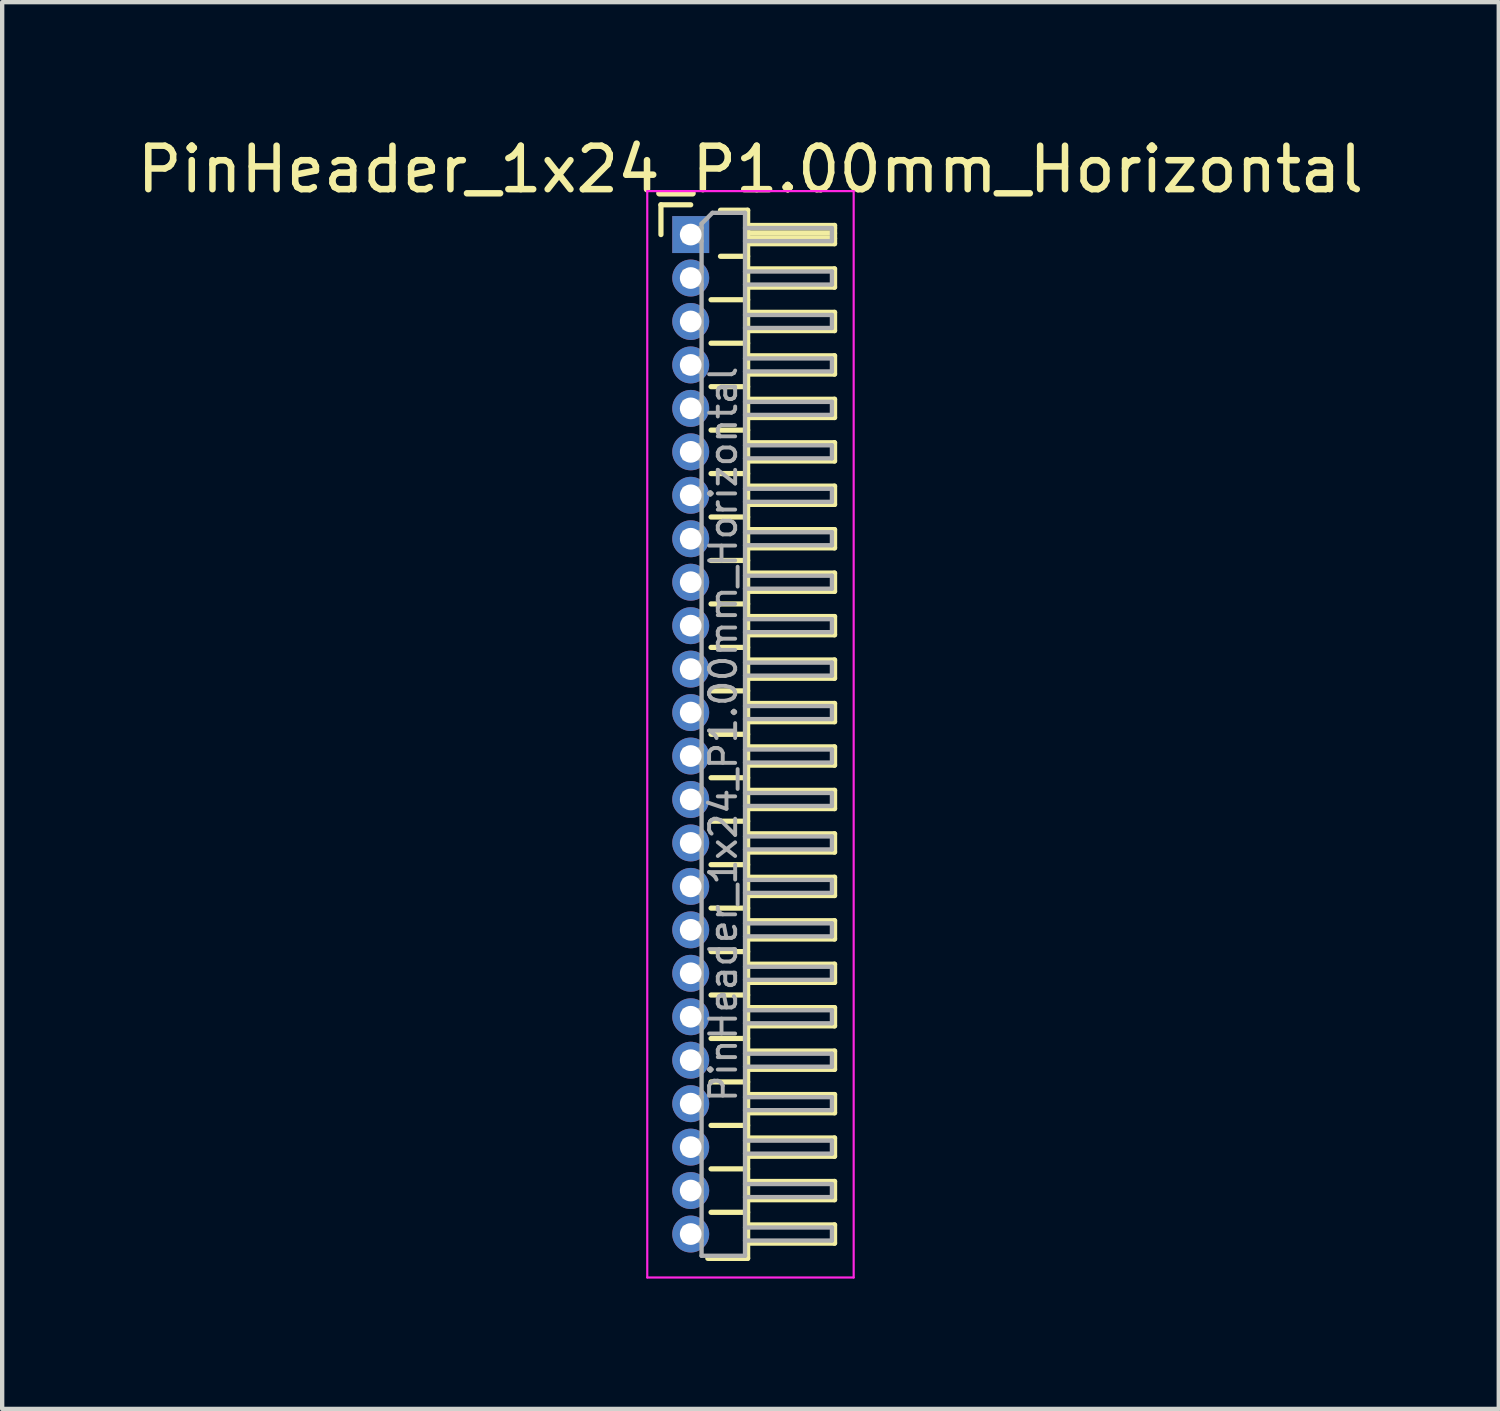
<source format=kicad_pcb>
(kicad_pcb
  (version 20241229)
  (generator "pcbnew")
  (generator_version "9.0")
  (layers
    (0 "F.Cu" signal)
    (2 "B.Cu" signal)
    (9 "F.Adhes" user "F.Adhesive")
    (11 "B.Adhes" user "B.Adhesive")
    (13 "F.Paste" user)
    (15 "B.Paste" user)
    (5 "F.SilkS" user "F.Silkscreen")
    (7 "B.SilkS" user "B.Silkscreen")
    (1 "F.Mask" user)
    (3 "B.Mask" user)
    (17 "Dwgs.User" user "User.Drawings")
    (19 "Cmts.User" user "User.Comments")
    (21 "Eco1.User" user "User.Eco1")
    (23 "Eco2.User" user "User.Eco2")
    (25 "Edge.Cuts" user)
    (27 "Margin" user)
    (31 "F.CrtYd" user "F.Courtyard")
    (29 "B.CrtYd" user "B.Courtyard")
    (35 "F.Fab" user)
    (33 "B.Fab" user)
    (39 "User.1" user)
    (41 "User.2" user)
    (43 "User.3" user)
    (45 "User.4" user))
  (footprint "PinHeader_1x24_P1.00mm_Horizontal"
    (layer "F.Cu")
    (at 12.845 2.348)
    (property "Reference" "PinHeader_1x24_P1.00mm_Horizontal" (at 1.375 -1.5 0) (layer "F.SilkS") (effects (font (size 1 1) (thickness 0.15))))
    (attr through_hole)
    (fp_line (start -0.685 -0.685) (end 0 -0.685) (stroke (width 0.12) (type solid)) (layer "F.SilkS"))
    (fp_line (start -0.685 0) (end -0.685 -0.685) (stroke (width 0.12) (type solid)) (layer "F.SilkS"))
    (fp_line (start 0.468 1.5) (end 1.31 1.5) (stroke (width 0.12) (type solid)) (layer "F.SilkS"))
    (fp_line (start 0.468 2.5) (end 1.31 2.5) (stroke (width 0.12) (type solid)) (layer "F.SilkS"))
    (fp_line (start 0.468 3.5) (end 1.31 3.5) (stroke (width 0.12) (type solid)) (layer "F.SilkS"))
    (fp_line (start 0.468 4.5) (end 1.31 4.5) (stroke (width 0.12) (type solid)) (layer "F.SilkS"))
    (fp_line (start 0.468 5.5) (end 1.31 5.5) (stroke (width 0.12) (type solid)) (layer "F.SilkS"))
    (fp_line (start 0.468 6.5) (end 1.31 6.5) (stroke (width 0.12) (type solid)) (layer "F.SilkS"))
    (fp_line (start 0.468 7.5) (end 1.31 7.5) (stroke (width 0.12) (type solid)) (layer "F.SilkS"))
    (fp_line (start 0.468 8.5) (end 1.31 8.5) (stroke (width 0.12) (type solid)) (layer "F.SilkS"))
    (fp_line (start 0.468 9.5) (end 1.31 9.5) (stroke (width 0.12) (type solid)) (layer "F.SilkS"))
    (fp_line (start 0.468 10.5) (end 1.31 10.5) (stroke (width 0.12) (type solid)) (layer "F.SilkS"))
    (fp_line (start 0.468 11.5) (end 1.31 11.5) (stroke (width 0.12) (type solid)) (layer "F.SilkS"))
    (fp_line (start 0.468 12.5) (end 1.31 12.5) (stroke (width 0.12) (type solid)) (layer "F.SilkS"))
    (fp_line (start 0.468 13.5) (end 1.31 13.5) (stroke (width 0.12) (type solid)) (layer "F.SilkS"))
    (fp_line (start 0.468 14.5) (end 1.31 14.5) (stroke (width 0.12) (type solid)) (layer "F.SilkS"))
    (fp_line (start 0.468 15.5) (end 1.31 15.5) (stroke (width 0.12) (type solid)) (layer "F.SilkS"))
    (fp_line (start 0.468 16.5) (end 1.31 16.5) (stroke (width 0.12) (type solid)) (layer "F.SilkS"))
    (fp_line (start 0.468 17.5) (end 1.31 17.5) (stroke (width 0.12) (type solid)) (layer "F.SilkS"))
    (fp_line (start 0.468 18.5) (end 1.31 18.5) (stroke (width 0.12) (type solid)) (layer "F.SilkS"))
    (fp_line (start 0.468 19.5) (end 1.31 19.5) (stroke (width 0.12) (type solid)) (layer "F.SilkS"))
    (fp_line (start 0.468 20.5) (end 1.31 20.5) (stroke (width 0.12) (type solid)) (layer "F.SilkS"))
    (fp_line (start 0.468 21.5) (end 1.31 21.5) (stroke (width 0.12) (type solid)) (layer "F.SilkS"))
    (fp_line (start 0.468 22.5) (end 1.31 22.5) (stroke (width 0.12) (type solid)) (layer "F.SilkS"))
    (fp_line (start 0.685 -0.56) (end 1.31 -0.56) (stroke (width 0.12) (type solid)) (layer "F.SilkS"))
    (fp_line (start 0.685 0.5) (end 1.31 0.5) (stroke (width 0.12) (type solid)) (layer "F.SilkS"))
    (fp_line (start 1.31 -0.56) (end 1.31 23.56) (stroke (width 0.12) (type solid)) (layer "F.SilkS"))
    (fp_line (start 1.31 -0.21) (end 3.31 -0.21) (stroke (width 0.12) (type solid)) (layer "F.SilkS"))
    (fp_line (start 1.31 -0.15) (end 3.31 -0.15) (stroke (width 0.12) (type solid)) (layer "F.SilkS"))
    (fp_line (start 1.31 -0.03) (end 3.31 -0.03) (stroke (width 0.12) (type solid)) (layer "F.SilkS"))
    (fp_line (start 1.31 0.09) (end 3.31 0.09) (stroke (width 0.12) (type solid)) (layer "F.SilkS"))
    (fp_line (start 1.31 0.79) (end 3.31 0.79) (stroke (width 0.12) (type solid)) (layer "F.SilkS"))
    (fp_line (start 1.31 1.79) (end 3.31 1.79) (stroke (width 0.12) (type solid)) (layer "F.SilkS"))
    (fp_line (start 1.31 2.79) (end 3.31 2.79) (stroke (width 0.12) (type solid)) (layer "F.SilkS"))
    (fp_line (start 1.31 3.79) (end 3.31 3.79) (stroke (width 0.12) (type solid)) (layer "F.SilkS"))
    (fp_line (start 1.31 4.79) (end 3.31 4.79) (stroke (width 0.12) (type solid)) (layer "F.SilkS"))
    (fp_line (start 1.31 5.79) (end 3.31 5.79) (stroke (width 0.12) (type solid)) (layer "F.SilkS"))
    (fp_line (start 1.31 6.79) (end 3.31 6.79) (stroke (width 0.12) (type solid)) (layer "F.SilkS"))
    (fp_line (start 1.31 7.79) (end 3.31 7.79) (stroke (width 0.12) (type solid)) (layer "F.SilkS"))
    (fp_line (start 1.31 8.79) (end 3.31 8.79) (stroke (width 0.12) (type solid)) (layer "F.SilkS"))
    (fp_line (start 1.31 9.79) (end 3.31 9.79) (stroke (width 0.12) (type solid)) (layer "F.SilkS"))
    (fp_line (start 1.31 10.79) (end 3.31 10.79) (stroke (width 0.12) (type solid)) (layer "F.SilkS"))
    (fp_line (start 1.31 11.79) (end 3.31 11.79) (stroke (width 0.12) (type solid)) (layer "F.SilkS"))
    (fp_line (start 1.31 12.79) (end 3.31 12.79) (stroke (width 0.12) (type solid)) (layer "F.SilkS"))
    (fp_line (start 1.31 13.79) (end 3.31 13.79) (stroke (width 0.12) (type solid)) (layer "F.SilkS"))
    (fp_line (start 1.31 14.79) (end 3.31 14.79) (stroke (width 0.12) (type solid)) (layer "F.SilkS"))
    (fp_line (start 1.31 15.79) (end 3.31 15.79) (stroke (width 0.12) (type solid)) (layer "F.SilkS"))
    (fp_line (start 1.31 16.79) (end 3.31 16.79) (stroke (width 0.12) (type solid)) (layer "F.SilkS"))
    (fp_line (start 1.31 17.79) (end 3.31 17.79) (stroke (width 0.12) (type solid)) (layer "F.SilkS"))
    (fp_line (start 1.31 18.79) (end 3.31 18.79) (stroke (width 0.12) (type solid)) (layer "F.SilkS"))
    (fp_line (start 1.31 19.79) (end 3.31 19.79) (stroke (width 0.12) (type solid)) (layer "F.SilkS"))
    (fp_line (start 1.31 20.79) (end 3.31 20.79) (stroke (width 0.12) (type solid)) (layer "F.SilkS"))
    (fp_line (start 1.31 21.79) (end 3.31 21.79) (stroke (width 0.12) (type solid)) (layer "F.SilkS"))
    (fp_line (start 1.31 22.79) (end 3.31 22.79) (stroke (width 0.12) (type solid)) (layer "F.SilkS"))
    (fp_line (start 1.31 23.56) (end 0.394 23.56) (stroke (width 0.12) (type solid)) (layer "F.SilkS"))
    (fp_line (start 3.31 -0.21) (end 3.31 0.21) (stroke (width 0.12) (type solid)) (layer "F.SilkS"))
    (fp_line (start 3.31 0.21) (end 1.31 0.21) (stroke (width 0.12) (type solid)) (layer "F.SilkS"))
    (fp_line (start 3.31 0.79) (end 3.31 1.21) (stroke (width 0.12) (type solid)) (layer "F.SilkS"))
    (fp_line (start 3.31 1.21) (end 1.31 1.21) (stroke (width 0.12) (type solid)) (layer "F.SilkS"))
    (fp_line (start 3.31 1.79) (end 3.31 2.21) (stroke (width 0.12) (type solid)) (layer "F.SilkS"))
    (fp_line (start 3.31 2.21) (end 1.31 2.21) (stroke (width 0.12) (type solid)) (layer "F.SilkS"))
    (fp_line (start 3.31 2.79) (end 3.31 3.21) (stroke (width 0.12) (type solid)) (layer "F.SilkS"))
    (fp_line (start 3.31 3.21) (end 1.31 3.21) (stroke (width 0.12) (type solid)) (layer "F.SilkS"))
    (fp_line (start 3.31 3.79) (end 3.31 4.21) (stroke (width 0.12) (type solid)) (layer "F.SilkS"))
    (fp_line (start 3.31 4.21) (end 1.31 4.21) (stroke (width 0.12) (type solid)) (layer "F.SilkS"))
    (fp_line (start 3.31 4.79) (end 3.31 5.21) (stroke (width 0.12) (type solid)) (layer "F.SilkS"))
    (fp_line (start 3.31 5.21) (end 1.31 5.21) (stroke (width 0.12) (type solid)) (layer "F.SilkS"))
    (fp_line (start 3.31 5.79) (end 3.31 6.21) (stroke (width 0.12) (type solid)) (layer "F.SilkS"))
    (fp_line (start 3.31 6.21) (end 1.31 6.21) (stroke (width 0.12) (type solid)) (layer "F.SilkS"))
    (fp_line (start 3.31 6.79) (end 3.31 7.21) (stroke (width 0.12) (type solid)) (layer "F.SilkS"))
    (fp_line (start 3.31 7.21) (end 1.31 7.21) (stroke (width 0.12) (type solid)) (layer "F.SilkS"))
    (fp_line (start 3.31 7.79) (end 3.31 8.21) (stroke (width 0.12) (type solid)) (layer "F.SilkS"))
    (fp_line (start 3.31 8.21) (end 1.31 8.21) (stroke (width 0.12) (type solid)) (layer "F.SilkS"))
    (fp_line (start 3.31 8.79) (end 3.31 9.21) (stroke (width 0.12) (type solid)) (layer "F.SilkS"))
    (fp_line (start 3.31 9.21) (end 1.31 9.21) (stroke (width 0.12) (type solid)) (layer "F.SilkS"))
    (fp_line (start 3.31 9.79) (end 3.31 10.21) (stroke (width 0.12) (type solid)) (layer "F.SilkS"))
    (fp_line (start 3.31 10.21) (end 1.31 10.21) (stroke (width 0.12) (type solid)) (layer "F.SilkS"))
    (fp_line (start 3.31 10.79) (end 3.31 11.21) (stroke (width 0.12) (type solid)) (layer "F.SilkS"))
    (fp_line (start 3.31 11.21) (end 1.31 11.21) (stroke (width 0.12) (type solid)) (layer "F.SilkS"))
    (fp_line (start 3.31 11.79) (end 3.31 12.21) (stroke (width 0.12) (type solid)) (layer "F.SilkS"))
    (fp_line (start 3.31 12.21) (end 1.31 12.21) (stroke (width 0.12) (type solid)) (layer "F.SilkS"))
    (fp_line (start 3.31 12.79) (end 3.31 13.21) (stroke (width 0.12) (type solid)) (layer "F.SilkS"))
    (fp_line (start 3.31 13.21) (end 1.31 13.21) (stroke (width 0.12) (type solid)) (layer "F.SilkS"))
    (fp_line (start 3.31 13.79) (end 3.31 14.21) (stroke (width 0.12) (type solid)) (layer "F.SilkS"))
    (fp_line (start 3.31 14.21) (end 1.31 14.21) (stroke (width 0.12) (type solid)) (layer "F.SilkS"))
    (fp_line (start 3.31 14.79) (end 3.31 15.21) (stroke (width 0.12) (type solid)) (layer "F.SilkS"))
    (fp_line (start 3.31 15.21) (end 1.31 15.21) (stroke (width 0.12) (type solid)) (layer "F.SilkS"))
    (fp_line (start 3.31 15.79) (end 3.31 16.21) (stroke (width 0.12) (type solid)) (layer "F.SilkS"))
    (fp_line (start 3.31 16.21) (end 1.31 16.21) (stroke (width 0.12) (type solid)) (layer "F.SilkS"))
    (fp_line (start 3.31 16.79) (end 3.31 17.21) (stroke (width 0.12) (type solid)) (layer "F.SilkS"))
    (fp_line (start 3.31 17.21) (end 1.31 17.21) (stroke (width 0.12) (type solid)) (layer "F.SilkS"))
    (fp_line (start 3.31 17.79) (end 3.31 18.21) (stroke (width 0.12) (type solid)) (layer "F.SilkS"))
    (fp_line (start 3.31 18.21) (end 1.31 18.21) (stroke (width 0.12) (type solid)) (layer "F.SilkS"))
    (fp_line (start 3.31 18.79) (end 3.31 19.21) (stroke (width 0.12) (type solid)) (layer "F.SilkS"))
    (fp_line (start 3.31 19.21) (end 1.31 19.21) (stroke (width 0.12) (type solid)) (layer "F.SilkS"))
    (fp_line (start 3.31 19.79) (end 3.31 20.21) (stroke (width 0.12) (type solid)) (layer "F.SilkS"))
    (fp_line (start 3.31 20.21) (end 1.31 20.21) (stroke (width 0.12) (type solid)) (layer "F.SilkS"))
    (fp_line (start 3.31 20.79) (end 3.31 21.21) (stroke (width 0.12) (type solid)) (layer "F.SilkS"))
    (fp_line (start 3.31 21.21) (end 1.31 21.21) (stroke (width 0.12) (type solid)) (layer "F.SilkS"))
    (fp_line (start 3.31 21.79) (end 3.31 22.21) (stroke (width 0.12) (type solid)) (layer "F.SilkS"))
    (fp_line (start 3.31 22.21) (end 1.31 22.21) (stroke (width 0.12) (type solid)) (layer "F.SilkS"))
    (fp_line (start 3.31 22.79) (end 3.31 23.21) (stroke (width 0.12) (type solid)) (layer "F.SilkS"))
    (fp_line (start 3.31 23.21) (end 1.31 23.21) (stroke (width 0.12) (type solid)) (layer "F.SilkS"))
    (fp_line (start -1 -1) (end -1 24) (stroke (width 0.05) (type solid)) (layer "F.CrtYd"))
    (fp_line (start -1 24) (end 3.75 24) (stroke (width 0.05) (type solid)) (layer "F.CrtYd"))
    (fp_line (start 3.75 -1) (end -1 -1) (stroke (width 0.05) (type solid)) (layer "F.CrtYd"))
    (fp_line (start 3.75 24) (end 3.75 -1) (stroke (width 0.05) (type solid)) (layer "F.CrtYd"))
    (fp_line (start -0.15 -0.15) (end -0.15 0.15) (stroke (width 0.1) (type solid)) (layer "F.Fab"))
    (fp_line (start -0.15 -0.15) (end 0.25 -0.15) (stroke (width 0.1) (type solid)) (layer "F.Fab"))
    (fp_line (start -0.15 0.15) (end 0.25 0.15) (stroke (width 0.1) (type solid)) (layer "F.Fab"))
    (fp_line (start -0.15 0.85) (end -0.15 1.15) (stroke (width 0.1) (type solid)) (layer "F.Fab"))
    (fp_line (start -0.15 0.85) (end 0.25 0.85) (stroke (width 0.1) (type solid)) (layer "F.Fab"))
    (fp_line (start -0.15 1.15) (end 0.25 1.15) (stroke (width 0.1) (type solid)) (layer "F.Fab"))
    (fp_line (start -0.15 1.85) (end -0.15 2.15) (stroke (width 0.1) (type solid)) (layer "F.Fab"))
    (fp_line (start -0.15 1.85) (end 0.25 1.85) (stroke (width 0.1) (type solid)) (layer "F.Fab"))
    (fp_line (start -0.15 2.15) (end 0.25 2.15) (stroke (width 0.1) (type solid)) (layer "F.Fab"))
    (fp_line (start -0.15 2.85) (end -0.15 3.15) (stroke (width 0.1) (type solid)) (layer "F.Fab"))
    (fp_line (start -0.15 2.85) (end 0.25 2.85) (stroke (width 0.1) (type solid)) (layer "F.Fab"))
    (fp_line (start -0.15 3.15) (end 0.25 3.15) (stroke (width 0.1) (type solid)) (layer "F.Fab"))
    (fp_line (start -0.15 3.85) (end -0.15 4.15) (stroke (width 0.1) (type solid)) (layer "F.Fab"))
    (fp_line (start -0.15 3.85) (end 0.25 3.85) (stroke (width 0.1) (type solid)) (layer "F.Fab"))
    (fp_line (start -0.15 4.15) (end 0.25 4.15) (stroke (width 0.1) (type solid)) (layer "F.Fab"))
    (fp_line (start -0.15 4.85) (end -0.15 5.15) (stroke (width 0.1) (type solid)) (layer "F.Fab"))
    (fp_line (start -0.15 4.85) (end 0.25 4.85) (stroke (width 0.1) (type solid)) (layer "F.Fab"))
    (fp_line (start -0.15 5.15) (end 0.25 5.15) (stroke (width 0.1) (type solid)) (layer "F.Fab"))
    (fp_line (start -0.15 5.85) (end -0.15 6.15) (stroke (width 0.1) (type solid)) (layer "F.Fab"))
    (fp_line (start -0.15 5.85) (end 0.25 5.85) (stroke (width 0.1) (type solid)) (layer "F.Fab"))
    (fp_line (start -0.15 6.15) (end 0.25 6.15) (stroke (width 0.1) (type solid)) (layer "F.Fab"))
    (fp_line (start -0.15 6.85) (end -0.15 7.15) (stroke (width 0.1) (type solid)) (layer "F.Fab"))
    (fp_line (start -0.15 6.85) (end 0.25 6.85) (stroke (width 0.1) (type solid)) (layer "F.Fab"))
    (fp_line (start -0.15 7.15) (end 0.25 7.15) (stroke (width 0.1) (type solid)) (layer "F.Fab"))
    (fp_line (start -0.15 7.85) (end -0.15 8.15) (stroke (width 0.1) (type solid)) (layer "F.Fab"))
    (fp_line (start -0.15 7.85) (end 0.25 7.85) (stroke (width 0.1) (type solid)) (layer "F.Fab"))
    (fp_line (start -0.15 8.15) (end 0.25 8.15) (stroke (width 0.1) (type solid)) (layer "F.Fab"))
    (fp_line (start -0.15 8.85) (end -0.15 9.15) (stroke (width 0.1) (type solid)) (layer "F.Fab"))
    (fp_line (start -0.15 8.85) (end 0.25 8.85) (stroke (width 0.1) (type solid)) (layer "F.Fab"))
    (fp_line (start -0.15 9.15) (end 0.25 9.15) (stroke (width 0.1) (type solid)) (layer "F.Fab"))
    (fp_line (start -0.15 9.85) (end -0.15 10.15) (stroke (width 0.1) (type solid)) (layer "F.Fab"))
    (fp_line (start -0.15 9.85) (end 0.25 9.85) (stroke (width 0.1) (type solid)) (layer "F.Fab"))
    (fp_line (start -0.15 10.15) (end 0.25 10.15) (stroke (width 0.1) (type solid)) (layer "F.Fab"))
    (fp_line (start -0.15 10.85) (end -0.15 11.15) (stroke (width 0.1) (type solid)) (layer "F.Fab"))
    (fp_line (start -0.15 10.85) (end 0.25 10.85) (stroke (width 0.1) (type solid)) (layer "F.Fab"))
    (fp_line (start -0.15 11.15) (end 0.25 11.15) (stroke (width 0.1) (type solid)) (layer "F.Fab"))
    (fp_line (start -0.15 11.85) (end -0.15 12.15) (stroke (width 0.1) (type solid)) (layer "F.Fab"))
    (fp_line (start -0.15 11.85) (end 0.25 11.85) (stroke (width 0.1) (type solid)) (layer "F.Fab"))
    (fp_line (start -0.15 12.15) (end 0.25 12.15) (stroke (width 0.1) (type solid)) (layer "F.Fab"))
    (fp_line (start -0.15 12.85) (end -0.15 13.15) (stroke (width 0.1) (type solid)) (layer "F.Fab"))
    (fp_line (start -0.15 12.85) (end 0.25 12.85) (stroke (width 0.1) (type solid)) (layer "F.Fab"))
    (fp_line (start -0.15 13.15) (end 0.25 13.15) (stroke (width 0.1) (type solid)) (layer "F.Fab"))
    (fp_line (start -0.15 13.85) (end -0.15 14.15) (stroke (width 0.1) (type solid)) (layer "F.Fab"))
    (fp_line (start -0.15 13.85) (end 0.25 13.85) (stroke (width 0.1) (type solid)) (layer "F.Fab"))
    (fp_line (start -0.15 14.15) (end 0.25 14.15) (stroke (width 0.1) (type solid)) (layer "F.Fab"))
    (fp_line (start -0.15 14.85) (end -0.15 15.15) (stroke (width 0.1) (type solid)) (layer "F.Fab"))
    (fp_line (start -0.15 14.85) (end 0.25 14.85) (stroke (width 0.1) (type solid)) (layer "F.Fab"))
    (fp_line (start -0.15 15.15) (end 0.25 15.15) (stroke (width 0.1) (type solid)) (layer "F.Fab"))
    (fp_line (start -0.15 15.85) (end -0.15 16.15) (stroke (width 0.1) (type solid)) (layer "F.Fab"))
    (fp_line (start -0.15 15.85) (end 0.25 15.85) (stroke (width 0.1) (type solid)) (layer "F.Fab"))
    (fp_line (start -0.15 16.15) (end 0.25 16.15) (stroke (width 0.1) (type solid)) (layer "F.Fab"))
    (fp_line (start -0.15 16.85) (end -0.15 17.15) (stroke (width 0.1) (type solid)) (layer "F.Fab"))
    (fp_line (start -0.15 16.85) (end 0.25 16.85) (stroke (width 0.1) (type solid)) (layer "F.Fab"))
    (fp_line (start -0.15 17.15) (end 0.25 17.15) (stroke (width 0.1) (type solid)) (layer "F.Fab"))
    (fp_line (start -0.15 17.85) (end -0.15 18.15) (stroke (width 0.1) (type solid)) (layer "F.Fab"))
    (fp_line (start -0.15 17.85) (end 0.25 17.85) (stroke (width 0.1) (type solid)) (layer "F.Fab"))
    (fp_line (start -0.15 18.15) (end 0.25 18.15) (stroke (width 0.1) (type solid)) (layer "F.Fab"))
    (fp_line (start -0.15 18.85) (end -0.15 19.15) (stroke (width 0.1) (type solid)) (layer "F.Fab"))
    (fp_line (start -0.15 18.85) (end 0.25 18.85) (stroke (width 0.1) (type solid)) (layer "F.Fab"))
    (fp_line (start -0.15 19.15) (end 0.25 19.15) (stroke (width 0.1) (type solid)) (layer "F.Fab"))
    (fp_line (start -0.15 19.85) (end -0.15 20.15) (stroke (width 0.1) (type solid)) (layer "F.Fab"))
    (fp_line (start -0.15 19.85) (end 0.25 19.85) (stroke (width 0.1) (type solid)) (layer "F.Fab"))
    (fp_line (start -0.15 20.15) (end 0.25 20.15) (stroke (width 0.1) (type solid)) (layer "F.Fab"))
    (fp_line (start -0.15 20.85) (end -0.15 21.15) (stroke (width 0.1) (type solid)) (layer "F.Fab"))
    (fp_line (start -0.15 20.85) (end 0.25 20.85) (stroke (width 0.1) (type solid)) (layer "F.Fab"))
    (fp_line (start -0.15 21.15) (end 0.25 21.15) (stroke (width 0.1) (type solid)) (layer "F.Fab"))
    (fp_line (start -0.15 21.85) (end -0.15 22.15) (stroke (width 0.1) (type solid)) (layer "F.Fab"))
    (fp_line (start -0.15 21.85) (end 0.25 21.85) (stroke (width 0.1) (type solid)) (layer "F.Fab"))
    (fp_line (start -0.15 22.15) (end 0.25 22.15) (stroke (width 0.1) (type solid)) (layer "F.Fab"))
    (fp_line (start -0.15 22.85) (end -0.15 23.15) (stroke (width 0.1) (type solid)) (layer "F.Fab"))
    (fp_line (start -0.15 22.85) (end 0.25 22.85) (stroke (width 0.1) (type solid)) (layer "F.Fab"))
    (fp_line (start -0.15 23.15) (end 0.25 23.15) (stroke (width 0.1) (type solid)) (layer "F.Fab"))
    (fp_line (start 0.25 -0.25) (end 0.5 -0.5) (stroke (width 0.1) (type solid)) (layer "F.Fab"))
    (fp_line (start 0.25 23.5) (end 0.25 -0.25) (stroke (width 0.1) (type solid)) (layer "F.Fab"))
    (fp_line (start 0.5 -0.5) (end 1.25 -0.5) (stroke (width 0.1) (type solid)) (layer "F.Fab"))
    (fp_line (start 1.25 -0.5) (end 1.25 23.5) (stroke (width 0.1) (type solid)) (layer "F.Fab"))
    (fp_line (start 1.25 -0.15) (end 3.25 -0.15) (stroke (width 0.1) (type solid)) (layer "F.Fab"))
    (fp_line (start 1.25 0.15) (end 3.25 0.15) (stroke (width 0.1) (type solid)) (layer "F.Fab"))
    (fp_line (start 1.25 0.85) (end 3.25 0.85) (stroke (width 0.1) (type solid)) (layer "F.Fab"))
    (fp_line (start 1.25 1.15) (end 3.25 1.15) (stroke (width 0.1) (type solid)) (layer "F.Fab"))
    (fp_line (start 1.25 1.85) (end 3.25 1.85) (stroke (width 0.1) (type solid)) (layer "F.Fab"))
    (fp_line (start 1.25 2.15) (end 3.25 2.15) (stroke (width 0.1) (type solid)) (layer "F.Fab"))
    (fp_line (start 1.25 2.85) (end 3.25 2.85) (stroke (width 0.1) (type solid)) (layer "F.Fab"))
    (fp_line (start 1.25 3.15) (end 3.25 3.15) (stroke (width 0.1) (type solid)) (layer "F.Fab"))
    (fp_line (start 1.25 3.85) (end 3.25 3.85) (stroke (width 0.1) (type solid)) (layer "F.Fab"))
    (fp_line (start 1.25 4.15) (end 3.25 4.15) (stroke (width 0.1) (type solid)) (layer "F.Fab"))
    (fp_line (start 1.25 4.85) (end 3.25 4.85) (stroke (width 0.1) (type solid)) (layer "F.Fab"))
    (fp_line (start 1.25 5.15) (end 3.25 5.15) (stroke (width 0.1) (type solid)) (layer "F.Fab"))
    (fp_line (start 1.25 5.85) (end 3.25 5.85) (stroke (width 0.1) (type solid)) (layer "F.Fab"))
    (fp_line (start 1.25 6.15) (end 3.25 6.15) (stroke (width 0.1) (type solid)) (layer "F.Fab"))
    (fp_line (start 1.25 6.85) (end 3.25 6.85) (stroke (width 0.1) (type solid)) (layer "F.Fab"))
    (fp_line (start 1.25 7.15) (end 3.25 7.15) (stroke (width 0.1) (type solid)) (layer "F.Fab"))
    (fp_line (start 1.25 7.85) (end 3.25 7.85) (stroke (width 0.1) (type solid)) (layer "F.Fab"))
    (fp_line (start 1.25 8.15) (end 3.25 8.15) (stroke (width 0.1) (type solid)) (layer "F.Fab"))
    (fp_line (start 1.25 8.85) (end 3.25 8.85) (stroke (width 0.1) (type solid)) (layer "F.Fab"))
    (fp_line (start 1.25 9.15) (end 3.25 9.15) (stroke (width 0.1) (type solid)) (layer "F.Fab"))
    (fp_line (start 1.25 9.85) (end 3.25 9.85) (stroke (width 0.1) (type solid)) (layer "F.Fab"))
    (fp_line (start 1.25 10.15) (end 3.25 10.15) (stroke (width 0.1) (type solid)) (layer "F.Fab"))
    (fp_line (start 1.25 10.85) (end 3.25 10.85) (stroke (width 0.1) (type solid)) (layer "F.Fab"))
    (fp_line (start 1.25 11.15) (end 3.25 11.15) (stroke (width 0.1) (type solid)) (layer "F.Fab"))
    (fp_line (start 1.25 11.85) (end 3.25 11.85) (stroke (width 0.1) (type solid)) (layer "F.Fab"))
    (fp_line (start 1.25 12.15) (end 3.25 12.15) (stroke (width 0.1) (type solid)) (layer "F.Fab"))
    (fp_line (start 1.25 12.85) (end 3.25 12.85) (stroke (width 0.1) (type solid)) (layer "F.Fab"))
    (fp_line (start 1.25 13.15) (end 3.25 13.15) (stroke (width 0.1) (type solid)) (layer "F.Fab"))
    (fp_line (start 1.25 13.85) (end 3.25 13.85) (stroke (width 0.1) (type solid)) (layer "F.Fab"))
    (fp_line (start 1.25 14.15) (end 3.25 14.15) (stroke (width 0.1) (type solid)) (layer "F.Fab"))
    (fp_line (start 1.25 14.85) (end 3.25 14.85) (stroke (width 0.1) (type solid)) (layer "F.Fab"))
    (fp_line (start 1.25 15.15) (end 3.25 15.15) (stroke (width 0.1) (type solid)) (layer "F.Fab"))
    (fp_line (start 1.25 15.85) (end 3.25 15.85) (stroke (width 0.1) (type solid)) (layer "F.Fab"))
    (fp_line (start 1.25 16.15) (end 3.25 16.15) (stroke (width 0.1) (type solid)) (layer "F.Fab"))
    (fp_line (start 1.25 16.85) (end 3.25 16.85) (stroke (width 0.1) (type solid)) (layer "F.Fab"))
    (fp_line (start 1.25 17.15) (end 3.25 17.15) (stroke (width 0.1) (type solid)) (layer "F.Fab"))
    (fp_line (start 1.25 17.85) (end 3.25 17.85) (stroke (width 0.1) (type solid)) (layer "F.Fab"))
    (fp_line (start 1.25 18.15) (end 3.25 18.15) (stroke (width 0.1) (type solid)) (layer "F.Fab"))
    (fp_line (start 1.25 18.85) (end 3.25 18.85) (stroke (width 0.1) (type solid)) (layer "F.Fab"))
    (fp_line (start 1.25 19.15) (end 3.25 19.15) (stroke (width 0.1) (type solid)) (layer "F.Fab"))
    (fp_line (start 1.25 19.85) (end 3.25 19.85) (stroke (width 0.1) (type solid)) (layer "F.Fab"))
    (fp_line (start 1.25 20.15) (end 3.25 20.15) (stroke (width 0.1) (type solid)) (layer "F.Fab"))
    (fp_line (start 1.25 20.85) (end 3.25 20.85) (stroke (width 0.1) (type solid)) (layer "F.Fab"))
    (fp_line (start 1.25 21.15) (end 3.25 21.15) (stroke (width 0.1) (type solid)) (layer "F.Fab"))
    (fp_line (start 1.25 21.85) (end 3.25 21.85) (stroke (width 0.1) (type solid)) (layer "F.Fab"))
    (fp_line (start 1.25 22.15) (end 3.25 22.15) (stroke (width 0.1) (type solid)) (layer "F.Fab"))
    (fp_line (start 1.25 22.85) (end 3.25 22.85) (stroke (width 0.1) (type solid)) (layer "F.Fab"))
    (fp_line (start 1.25 23.15) (end 3.25 23.15) (stroke (width 0.1) (type solid)) (layer "F.Fab"))
    (fp_line (start 1.25 23.5) (end 0.25 23.5) (stroke (width 0.1) (type solid)) (layer "F.Fab"))
    (fp_line (start 3.25 -0.15) (end 3.25 0.15) (stroke (width 0.1) (type solid)) (layer "F.Fab"))
    (fp_line (start 3.25 0.85) (end 3.25 1.15) (stroke (width 0.1) (type solid)) (layer "F.Fab"))
    (fp_line (start 3.25 1.85) (end 3.25 2.15) (stroke (width 0.1) (type solid)) (layer "F.Fab"))
    (fp_line (start 3.25 2.85) (end 3.25 3.15) (stroke (width 0.1) (type solid)) (layer "F.Fab"))
    (fp_line (start 3.25 3.85) (end 3.25 4.15) (stroke (width 0.1) (type solid)) (layer "F.Fab"))
    (fp_line (start 3.25 4.85) (end 3.25 5.15) (stroke (width 0.1) (type solid)) (layer "F.Fab"))
    (fp_line (start 3.25 5.85) (end 3.25 6.15) (stroke (width 0.1) (type solid)) (layer "F.Fab"))
    (fp_line (start 3.25 6.85) (end 3.25 7.15) (stroke (width 0.1) (type solid)) (layer "F.Fab"))
    (fp_line (start 3.25 7.85) (end 3.25 8.15) (stroke (width 0.1) (type solid)) (layer "F.Fab"))
    (fp_line (start 3.25 8.85) (end 3.25 9.15) (stroke (width 0.1) (type solid)) (layer "F.Fab"))
    (fp_line (start 3.25 9.85) (end 3.25 10.15) (stroke (width 0.1) (type solid)) (layer "F.Fab"))
    (fp_line (start 3.25 10.85) (end 3.25 11.15) (stroke (width 0.1) (type solid)) (layer "F.Fab"))
    (fp_line (start 3.25 11.85) (end 3.25 12.15) (stroke (width 0.1) (type solid)) (layer "F.Fab"))
    (fp_line (start 3.25 12.85) (end 3.25 13.15) (stroke (width 0.1) (type solid)) (layer "F.Fab"))
    (fp_line (start 3.25 13.85) (end 3.25 14.15) (stroke (width 0.1) (type solid)) (layer "F.Fab"))
    (fp_line (start 3.25 14.85) (end 3.25 15.15) (stroke (width 0.1) (type solid)) (layer "F.Fab"))
    (fp_line (start 3.25 15.85) (end 3.25 16.15) (stroke (width 0.1) (type solid)) (layer "F.Fab"))
    (fp_line (start 3.25 16.85) (end 3.25 17.15) (stroke (width 0.1) (type solid)) (layer "F.Fab"))
    (fp_line (start 3.25 17.85) (end 3.25 18.15) (stroke (width 0.1) (type solid)) (layer "F.Fab"))
    (fp_line (start 3.25 18.85) (end 3.25 19.15) (stroke (width 0.1) (type solid)) (layer "F.Fab"))
    (fp_line (start 3.25 19.85) (end 3.25 20.15) (stroke (width 0.1) (type solid)) (layer "F.Fab"))
    (fp_line (start 3.25 20.85) (end 3.25 21.15) (stroke (width 0.1) (type solid)) (layer "F.Fab"))
    (fp_line (start 3.25 21.85) (end 3.25 22.15) (stroke (width 0.1) (type solid)) (layer "F.Fab"))
    (fp_line (start 3.25 22.85) (end 3.25 23.15) (stroke (width 0.1) (type solid)) (layer "F.Fab"))
    (fp_text user "${REFERENCE}" (at 0.75 11.5 90) (layer "F.Fab") (effects (font (size 0.6 0.6) (thickness 0.09))))
    (pad "1" thru_hole rect (at 0 0) (size 0.85 0.85) (drill 0.5) (layers "*.Cu" "*.Mask"))
    (pad "2" thru_hole oval (at 0 1) (size 0.85 0.85) (drill 0.5) (layers "*.Cu" "*.Mask"))
    (pad "3" thru_hole oval (at 0 2) (size 0.85 0.85) (drill 0.5) (layers "*.Cu" "*.Mask"))
    (pad "4" thru_hole oval (at 0 3) (size 0.85 0.85) (drill 0.5) (layers "*.Cu" "*.Mask"))
    (pad "5" thru_hole oval (at 0 4) (size 0.85 0.85) (drill 0.5) (layers "*.Cu" "*.Mask"))
    (pad "6" thru_hole oval (at 0 5) (size 0.85 0.85) (drill 0.5) (layers "*.Cu" "*.Mask"))
    (pad "7" thru_hole oval (at 0 6) (size 0.85 0.85) (drill 0.5) (layers "*.Cu" "*.Mask"))
    (pad "8" thru_hole oval (at 0 7) (size 0.85 0.85) (drill 0.5) (layers "*.Cu" "*.Mask"))
    (pad "9" thru_hole oval (at 0 8) (size 0.85 0.85) (drill 0.5) (layers "*.Cu" "*.Mask"))
    (pad "10" thru_hole oval (at 0 9) (size 0.85 0.85) (drill 0.5) (layers "*.Cu" "*.Mask"))
    (pad "11" thru_hole oval (at 0 10) (size 0.85 0.85) (drill 0.5) (layers "*.Cu" "*.Mask"))
    (pad "12" thru_hole oval (at 0 11) (size 0.85 0.85) (drill 0.5) (layers "*.Cu" "*.Mask"))
    (pad "13" thru_hole oval (at 0 12) (size 0.85 0.85) (drill 0.5) (layers "*.Cu" "*.Mask"))
    (pad "14" thru_hole oval (at 0 13) (size 0.85 0.85) (drill 0.5) (layers "*.Cu" "*.Mask"))
    (pad "15" thru_hole oval (at 0 14) (size 0.85 0.85) (drill 0.5) (layers "*.Cu" "*.Mask"))
    (pad "16" thru_hole oval (at 0 15) (size 0.85 0.85) (drill 0.5) (layers "*.Cu" "*.Mask"))
    (pad "17" thru_hole oval (at 0 16) (size 0.85 0.85) (drill 0.5) (layers "*.Cu" "*.Mask"))
    (pad "18" thru_hole oval (at 0 17) (size 0.85 0.85) (drill 0.5) (layers "*.Cu" "*.Mask"))
    (pad "19" thru_hole oval (at 0 18) (size 0.85 0.85) (drill 0.5) (layers "*.Cu" "*.Mask"))
    (pad "20" thru_hole oval (at 0 19) (size 0.85 0.85) (drill 0.5) (layers "*.Cu" "*.Mask"))
    (pad "21" thru_hole oval (at 0 20) (size 0.85 0.85) (drill 0.5) (layers "*.Cu" "*.Mask"))
    (pad "22" thru_hole oval (at 0 21) (size 0.85 0.85) (drill 0.5) (layers "*.Cu" "*.Mask"))
    (pad "23" thru_hole oval (at 0 22) (size 0.85 0.85) (drill 0.5) (layers "*.Cu" "*.Mask"))
    (pad "24" thru_hole oval (at 0 23) (size 0.85 0.85) (drill 0.5) (layers "*.Cu" "*.Mask")))
  (gr_rect
    (start -3 -3)
    (end 31.44 29.373)
    (stroke (width 0.1) (type default))
    (fill no)
    (layer "Edge.Cuts")))
</source>
